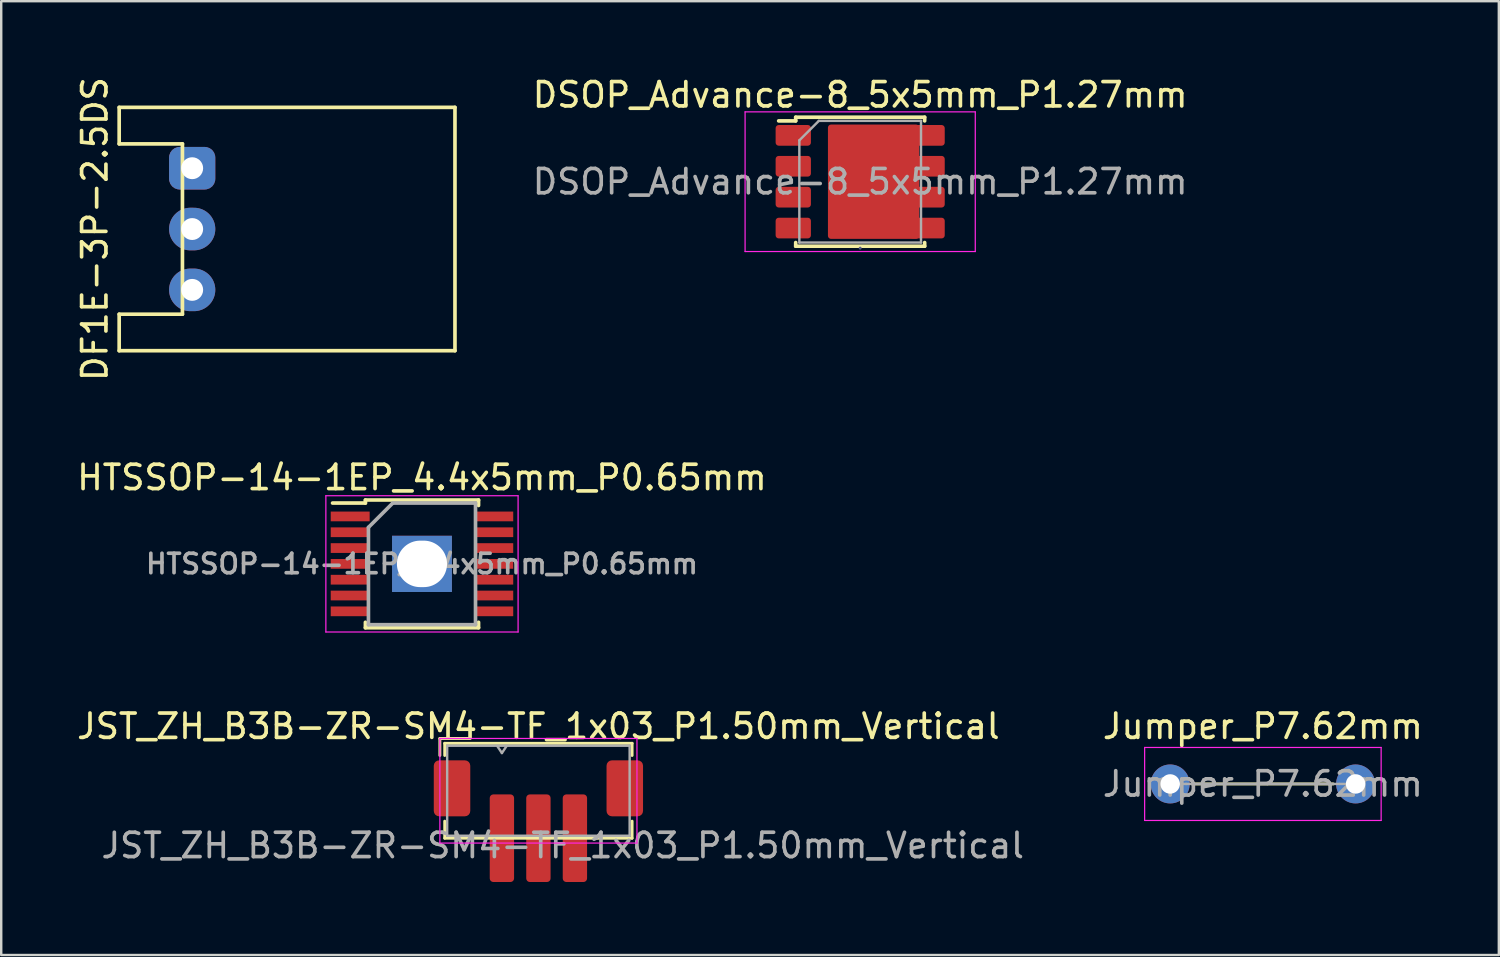
<source format=kicad_pcb>
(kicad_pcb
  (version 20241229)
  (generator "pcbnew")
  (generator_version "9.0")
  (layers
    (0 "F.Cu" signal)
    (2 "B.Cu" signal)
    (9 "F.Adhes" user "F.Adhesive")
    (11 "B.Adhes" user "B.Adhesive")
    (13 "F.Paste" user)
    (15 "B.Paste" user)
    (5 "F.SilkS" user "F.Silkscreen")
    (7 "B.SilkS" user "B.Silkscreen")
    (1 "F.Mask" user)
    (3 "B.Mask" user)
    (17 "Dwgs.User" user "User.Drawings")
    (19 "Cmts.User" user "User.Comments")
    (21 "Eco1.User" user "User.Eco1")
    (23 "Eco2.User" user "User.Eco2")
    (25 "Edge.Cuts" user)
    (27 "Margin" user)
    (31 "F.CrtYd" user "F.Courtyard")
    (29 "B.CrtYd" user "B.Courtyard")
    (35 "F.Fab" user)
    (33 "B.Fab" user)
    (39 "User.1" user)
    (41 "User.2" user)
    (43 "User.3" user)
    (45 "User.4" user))
  (footprint "DSOP_Advance-8_5x5mm_P1.27mm"
    (layer "F.Cu")
    (at 32.301 4.418)
    (property "Reference" "DSOP_Advance-8_5x5mm_P1.27mm" (at 0 -3.57 0) (layer "F.SilkS") (effects (font (size 1 1) (thickness 0.15))))
    (attr smd)
    (fp_line (start -3.35 -2.5) (end -2.65 -2.5) (stroke (width 0.15) (type solid)) (layer "F.SilkS"))
    (fp_line (start -2.65 -2.65) (end -2.65 -2.5) (stroke (width 0.15) (type solid)) (layer "F.SilkS"))
    (fp_line (start -2.65 2.5) (end -2.65 2.65) (stroke (width 0.15) (type solid)) (layer "F.SilkS"))
    (fp_line (start -2.65 2.65) (end 2.65 2.65) (stroke (width 0.15) (type solid)) (layer "F.SilkS"))
    (fp_line (start 2.65 -2.65) (end -2.65 -2.65) (stroke (width 0.15) (type solid)) (layer "F.SilkS"))
    (fp_line (start 2.65 -2.5) (end 2.65 -2.65) (stroke (width 0.15) (type solid)) (layer "F.SilkS"))
    (fp_line (start 2.65 2.5) (end 2.65 2.65) (stroke (width 0.15) (type solid)) (layer "F.SilkS"))
    (fp_line (start -4.73 -2.87) (end -4.73 2.87) (stroke (width 0.05) (type solid)) (layer "F.CrtYd"))
    (fp_line (start -4.73 2.87) (end 4.73 2.87) (stroke (width 0.05) (type solid)) (layer "F.CrtYd"))
    (fp_line (start 4.73 -2.87) (end -4.73 -2.87) (stroke (width 0.05) (type solid)) (layer "F.CrtYd"))
    (fp_line (start 4.73 2.87) (end 4.73 -2.87) (stroke (width 0.05) (type solid)) (layer "F.CrtYd"))
    (fp_line (start 0 2.73) (end 0 2.73) (stroke (width 0.12) (type solid)) (layer "B.Fab"))
    (fp_line (start -2.5 -1.7) (end -1.7 -2.5) (stroke (width 0.1) (type solid)) (layer "F.Fab"))
    (fp_line (start -2.5 2.5) (end -2.5 -1.7) (stroke (width 0.1) (type solid)) (layer "F.Fab"))
    (fp_line (start -1.7 -2.5) (end 2.5 -2.5) (stroke (width 0.1) (type solid)) (layer "F.Fab"))
    (fp_line (start 2.5 -2.5) (end 2.5 2.5) (stroke (width 0.1) (type solid)) (layer "F.Fab"))
    (fp_line (start 2.5 2.5) (end -2.5 2.5) (stroke (width 0.1) (type solid)) (layer "F.Fab"))
    (fp_text user "${REFERENCE}" (at 0 0 0) (layer "F.Fab") (effects (font (size 1 1) (thickness 0.15))))
    (pad "1" smd roundrect (at -2.75 -1.905) (size 1.45 0.85) (layers "F.Cu" "F.Mask" "F.Paste") (roundrect_rratio 0.15))
    (pad "2" smd roundrect (at -2.75 -0.635) (size 1.45 0.85) (layers "F.Cu" "F.Mask" "F.Paste") (roundrect_rratio 0.15))
    (pad "3" smd roundrect (at -2.75 0.635) (size 1.45 0.85) (layers "F.Cu" "F.Mask" "F.Paste") (roundrect_rratio 0.15))
    (pad "4" smd roundrect (at -2.75 1.905) (size 1.45 0.85) (layers "F.Cu" "F.Mask" "F.Paste") (roundrect_rratio 0.15))
    (pad "5" smd roundrect (at 2.75 1.905) (size 1.45 0.85) (layers "F.Cu" "F.Mask" "F.Paste") (roundrect_rratio 0.15))
    (pad "6" smd roundrect (at 2.75 0.635) (size 1.45 0.85) (layers "F.Cu" "F.Mask" "F.Paste") (roundrect_rratio 0.15))
    (pad "7" smd roundrect (at 2.75 -0.635) (size 1.45 0.85) (layers "F.Cu" "F.Mask" "F.Paste") (roundrect_rratio 0.15))
    (pad "8" smd roundrect (at 0.55 0) (size 3.75 4.7) (layers "F.Cu" "F.Mask" "F.Paste") (roundrect_rratio 0.034))
    (pad "8" smd roundrect (at 2.75 -1.905) (size 1.45 0.85) (layers "F.Cu" "F.Mask" "F.Paste") (roundrect_rratio 0.15)))
  (footprint "JST_ZH_B3B-ZR-SM4-TF_1x03_P1.50mm_Vertical"
    (layer "F.Cu")
    (at 17.577 29.598)
    (property "Reference" "JST_ZH_B3B-ZR-SM4-TF_1x03_P1.50mm_Vertical" (at 1.5 -2.8 0) (layer "F.SilkS") (effects (font (size 1 1) (thickness 0.15))))
    (attr through_hole)
    (fp_line (start -2.55 -2.3) (end -2.55 -1.6) (stroke (width 0.12) (type solid)) (layer "F.SilkS"))
    (fp_line (start -2.35 -2.1) (end -2.35 -1.6) (stroke (width 0.12) (type solid)) (layer "F.SilkS"))
    (fp_line (start -2.35 1.1) (end -2.35 1.8) (stroke (width 0.12) (type solid)) (layer "F.SilkS"))
    (fp_line (start -2.35 1.8) (end 5.35 1.8) (stroke (width 0.12) (type solid)) (layer "F.SilkS"))
    (fp_line (start -1.3 -2.3) (end -2.55 -2.3) (stroke (width 0.12) (type solid)) (layer "F.SilkS"))
    (fp_line (start 5.35 -2.1) (end -2.35 -2.1) (stroke (width 0.12) (type solid)) (layer "F.SilkS"))
    (fp_line (start 5.35 -1.6) (end 5.35 -2.1) (stroke (width 0.12) (type solid)) (layer "F.SilkS"))
    (fp_line (start 5.35 1.8) (end 5.35 1.1) (stroke (width 0.12) (type solid)) (layer "F.SilkS"))
    (fp_line (start -2.55 -2.3) (end -2.55 2) (stroke (width 0.05) (type solid)) (layer "F.CrtYd"))
    (fp_line (start -2.55 2) (end 5.55 2) (stroke (width 0.05) (type solid)) (layer "F.CrtYd"))
    (fp_line (start 5.55 -2.3) (end -2.55 -2.3) (stroke (width 0.05) (type solid)) (layer "F.CrtYd"))
    (fp_line (start 5.55 2) (end 5.55 -2.3) (stroke (width 0.05) (type solid)) (layer "F.CrtYd"))
    (fp_line (start -2.25 -2) (end -2.25 1.7) (stroke (width 0.1) (type solid)) (layer "F.Fab"))
    (fp_line (start -2.25 1.7) (end 5.25 1.7) (stroke (width 0.1) (type solid)) (layer "F.Fab"))
    (fp_line (start -0.2 -2) (end 0 -1.7) (stroke (width 0.1) (type solid)) (layer "F.Fab"))
    (fp_line (start 0 -1.7) (end 0.2 -2) (stroke (width 0.1) (type solid)) (layer "F.Fab"))
    (fp_line (start 5.25 -2) (end -2.25 -2) (stroke (width 0.1) (type solid)) (layer "F.Fab"))
    (fp_line (start 5.25 1.7) (end 5.25 -2) (stroke (width 0.1) (type solid)) (layer "F.Fab"))
    (fp_text user "${REFERENCE}" (at 2.5 2.1 0) (layer "F.Fab") (effects (font (size 1 1) (thickness 0.15))))
    (pad "1" smd roundrect (at 0 1.8) (size 1 3.6) (layers "F.Cu" "F.Mask" "F.Paste") (roundrect_rratio 0.147))
    (pad "2" smd roundrect (at 1.5 1.8) (size 1 3.6) (layers "F.Cu" "F.Mask" "F.Paste") (roundrect_rratio 0.147))
    (pad "3" smd roundrect (at 3 1.8) (size 1 3.6) (layers "F.Cu" "F.Mask" "F.Paste") (roundrect_rratio 0.147))
    (pad "MP" smd roundrect (at -2.05 -0.25) (size 1.5 2.3) (layers "F.Cu" "F.Mask" "F.Paste") (roundrect_rratio 0.147))
    (pad "MP" smd roundrect (at 5.05 -0.25) (size 1.5 2.3) (layers "F.Cu" "F.Mask" "F.Paste") (roundrect_rratio 0.147)))
  (footprint "Jumper_P7.62mm"
    (layer "F.Cu")
    (at 45.041 29.168)
    (property "Reference" "Jumper_P7.62mm" (at 3.81 -2.37 0) (layer "F.SilkS") (effects (font (size 1 1) (thickness 0.15))))
    (attr through_hole)
    (fp_line (start 0.9 0) (end 6.7 0) (stroke (width 0.12) (type solid)) (layer "F.SilkS"))
    (fp_line (start -1.05 -1.5) (end -1.05 1.5) (stroke (width 0.05) (type solid)) (layer "F.CrtYd"))
    (fp_line (start -1.05 1.5) (end 8.67 1.5) (stroke (width 0.05) (type solid)) (layer "F.CrtYd"))
    (fp_line (start 8.67 -1.5) (end -1.05 -1.5) (stroke (width 0.05) (type solid)) (layer "F.CrtYd"))
    (fp_line (start 8.67 1.5) (end 8.67 -1.5) (stroke (width 0.05) (type solid)) (layer "F.CrtYd"))
    (fp_line (start 0 0) (end 0.66 0) (stroke (width 0.1) (type solid)) (layer "F.Fab"))
    (fp_line (start 0.65 0) (end 6.95 0) (stroke (width 0.1) (type solid)) (layer "F.Fab"))
    (fp_line (start 7.62 0) (end 6.96 0) (stroke (width 0.1) (type solid)) (layer "F.Fab"))
    (fp_text user "${REFERENCE}" (at 3.81 0 0) (layer "F.Fab") (effects (font (size 1 1) (thickness 0.15))))
    (pad "1" thru_hole circle (at 0 0) (size 1.6 1.6) (drill 0.8) (layers "*.Cu" "*.Mask"))
    (pad "2" thru_hole oval (at 7.62 0) (size 1.6 1.6) (drill 0.8) (layers "*.Cu" "*.Mask")))
  (footprint "DF1E-3P-2.5DS"
    (layer "F.Cu")
    (at 4.848 6.363)
    (property "Reference" "DF1E-3P-2.5DS" (at -4 0 90) (layer "F.SilkS") (effects (font (size 1 1) (thickness 0.15))))
    (attr through_hole)
    (fp_line (start -3 -3.5) (end -3 -5) (stroke (width 0.15) (type solid)) (layer "F.SilkS"))
    (fp_line (start -3 5) (end -3 3.5) (stroke (width 0.15) (type solid)) (layer "F.SilkS"))
    (fp_line (start -0.4 -3.5) (end -3 -3.5) (stroke (width 0.15) (type solid)) (layer "F.SilkS"))
    (fp_line (start -0.4 3.5) (end -3 3.5) (stroke (width 0.15) (type solid)) (layer "F.SilkS"))
    (fp_line (start -0.4 3.5) (end -0.4 -3.5) (stroke (width 0.15) (type solid)) (layer "F.SilkS"))
    (fp_line (start 10.8 -5) (end -3 -5) (stroke (width 0.15) (type solid)) (layer "F.SilkS"))
    (fp_line (start 10.8 5) (end -3 5) (stroke (width 0.15) (type solid)) (layer "F.SilkS"))
    (fp_line (start 10.8 5) (end 10.8 -5) (stroke (width 0.15) (type solid)) (layer "F.SilkS"))
    (pad "1" thru_hole roundrect (at 0 -2.5 180) (size 1.9 1.75) (drill 0.9) (layers "*.Cu" "*.Mask") (roundrect_rratio 0.25))
    (pad "2" thru_hole oval (at 0 0 180) (size 1.9 1.75) (drill 0.9) (layers "*.Cu" "*.Mask"))
    (pad "3" thru_hole oval (at 0 2.5 180) (size 1.9 1.75) (drill 0.9) (layers "*.Cu" "*.Mask")))
  (footprint "HTSSOP-14-1EP_4.4x5mm_P0.65mm"
    (layer "F.Cu")
    (at 14.292 20.124)
    (property "Reference" "HTSSOP-14-1EP_4.4x5mm_P0.65mm" (at 0 -3.55 0) (layer "F.SilkS") (effects (font (size 1 1) (thickness 0.15))))
    (attr smd)
    (fp_line (start -2.325 -2.625) (end -2.325 -2.5) (stroke (width 0.15) (type solid)) (layer "F.SilkS"))
    (fp_line (start -2.325 -2.625) (end 2.325 -2.625) (stroke (width 0.15) (type solid)) (layer "F.SilkS"))
    (fp_line (start -2.325 -2.5) (end -3.675 -2.5) (stroke (width 0.15) (type solid)) (layer "F.SilkS"))
    (fp_line (start -2.325 2.625) (end -2.325 2.4) (stroke (width 0.15) (type solid)) (layer "F.SilkS"))
    (fp_line (start -2.325 2.625) (end 2.325 2.625) (stroke (width 0.15) (type solid)) (layer "F.SilkS"))
    (fp_line (start 2.325 -2.625) (end 2.325 -2.4) (stroke (width 0.15) (type solid)) (layer "F.SilkS"))
    (fp_line (start 2.325 2.625) (end 2.325 2.4) (stroke (width 0.15) (type solid)) (layer "F.SilkS"))
    (fp_line (start -3.95 -2.8) (end -3.95 2.8) (stroke (width 0.05) (type solid)) (layer "F.CrtYd"))
    (fp_line (start -3.95 -2.8) (end 3.95 -2.8) (stroke (width 0.05) (type solid)) (layer "F.CrtYd"))
    (fp_line (start -3.95 2.8) (end 3.95 2.8) (stroke (width 0.05) (type solid)) (layer "F.CrtYd"))
    (fp_line (start 3.95 -2.8) (end 3.95 2.8) (stroke (width 0.05) (type solid)) (layer "F.CrtYd"))
    (fp_line (start -2.2 -1.5) (end -1.2 -2.5) (stroke (width 0.15) (type solid)) (layer "F.Fab"))
    (fp_line (start -2.2 2.5) (end -2.2 -1.5) (stroke (width 0.15) (type solid)) (layer "F.Fab"))
    (fp_line (start -1.2 -2.5) (end 2.2 -2.5) (stroke (width 0.15) (type solid)) (layer "F.Fab"))
    (fp_line (start 2.2 -2.5) (end 2.2 2.5) (stroke (width 0.15) (type solid)) (layer "F.Fab"))
    (fp_line (start 2.2 2.5) (end -2.2 2.5) (stroke (width 0.15) (type solid)) (layer "F.Fab"))
    (fp_text user "${REFERENCE}" (at 0 0 0) (layer "F.Fab") (effects (font (size 0.8 0.8) (thickness 0.15))))
    (pad "1" smd rect (at -2.95 -1.95) (size 1.6 0.4) (layers "F.Cu" "F.Mask" "F.Paste"))
    (pad "2" smd rect (at -2.95 -1.3) (size 1.6 0.4) (layers "F.Cu" "F.Mask" "F.Paste"))
    (pad "3" smd rect (at -2.95 -0.65) (size 1.6 0.4) (layers "F.Cu" "F.Mask" "F.Paste"))
    (pad "4" smd rect (at -2.95 0) (size 1.6 0.4) (layers "F.Cu" "F.Mask" "F.Paste"))
    (pad "5" smd rect (at -2.95 0.65) (size 1.6 0.4) (layers "F.Cu" "F.Mask" "F.Paste"))
    (pad "6" smd rect (at -2.95 1.3) (size 1.6 0.4) (layers "F.Cu" "F.Mask" "F.Paste"))
    (pad "7" smd rect (at -2.95 1.95) (size 1.6 0.4) (layers "F.Cu" "F.Mask" "F.Paste"))
    (pad "8" smd rect (at 2.95 1.95) (size 1.6 0.4) (layers "F.Cu" "F.Mask" "F.Paste"))
    (pad "9" smd rect (at 2.95 1.3) (size 1.6 0.4) (layers "F.Cu" "F.Mask" "F.Paste"))
    (pad "10" smd rect (at 2.95 0.65) (size 1.6 0.4) (layers "F.Cu" "F.Mask" "F.Paste"))
    (pad "11" smd rect (at 2.95 0) (size 1.6 0.4) (layers "F.Cu" "F.Mask" "F.Paste"))
    (pad "12" smd rect (at 2.95 -0.65) (size 1.6 0.4) (layers "F.Cu" "F.Mask" "F.Paste"))
    (pad "13" smd rect (at 2.95 -1.3) (size 1.6 0.4) (layers "F.Cu" "F.Mask" "F.Paste"))
    (pad "14" smd rect (at 2.95 -1.95) (size 1.6 0.4) (layers "F.Cu" "F.Mask" "F.Paste"))
    (pad "15" thru_hole rect (at 0 0) (size 2.46 2.31) (drill oval 2.06 1.91) (layers "*.Cu" "*.Mask")))
  (gr_rect
    (start -3 -3)
    (end 58.548 36.198)
    (stroke (width 0.1) (type default))
    (fill no)
    (layer "Edge.Cuts")))
</source>
